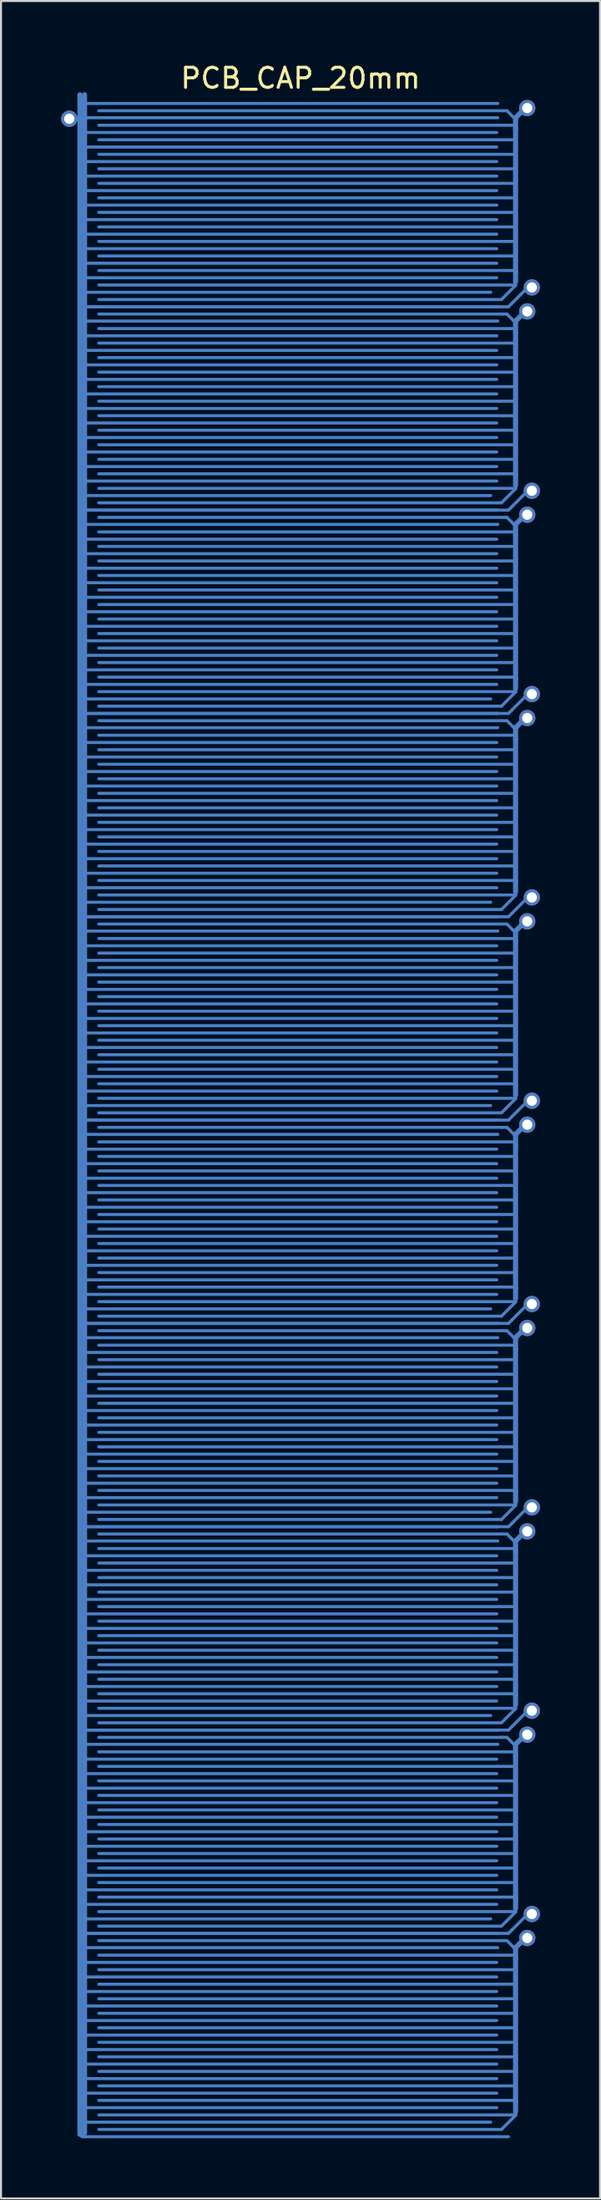
<source format=kicad_pcb>
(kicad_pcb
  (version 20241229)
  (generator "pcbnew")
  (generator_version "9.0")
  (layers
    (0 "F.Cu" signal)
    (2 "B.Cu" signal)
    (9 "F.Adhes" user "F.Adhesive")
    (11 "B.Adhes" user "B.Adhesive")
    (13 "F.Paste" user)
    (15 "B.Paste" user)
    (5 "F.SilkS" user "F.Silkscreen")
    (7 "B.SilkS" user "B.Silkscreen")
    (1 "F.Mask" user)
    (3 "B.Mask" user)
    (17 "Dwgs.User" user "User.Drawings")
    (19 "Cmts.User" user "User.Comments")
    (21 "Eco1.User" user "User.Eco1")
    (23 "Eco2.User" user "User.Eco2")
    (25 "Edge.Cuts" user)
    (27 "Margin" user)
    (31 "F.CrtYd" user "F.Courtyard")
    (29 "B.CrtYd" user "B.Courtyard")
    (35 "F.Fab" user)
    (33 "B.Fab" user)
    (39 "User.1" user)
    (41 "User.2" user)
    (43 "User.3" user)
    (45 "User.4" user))
  (footprint "PCB_CAP_20mm"
    (layer "F.Cu")
    (at 1.171 9.346)
    (property "Reference" "PCB_CAP_20mm" (at 10.779 -8.498 0) (layer "F.SilkS") (effects (font (size 1 1) (thickness 0.15))))
    (fp_line (start -0.765 -6.477) (end 0 -6.477) (stroke (width 0.254) (type solid)) (layer "B.Cu"))
    (fp_line (start -0.232 -6.477) (end -0.232 -7.671) (stroke (width 0.254) (type solid)) (layer "B.Cu"))
    (fp_line (start -0.232 93.99) (end -0.232 -6.477) (stroke (width 0.254) (type solid)) (layer "B.Cu"))
    (fp_line (start -0.232 93.99) (end -0.115 94.107) (stroke (width 0.152) (type solid)) (layer "B.Cu"))
    (fp_line (start -0.115 94.107) (end 0 94.107) (stroke (width 0.152) (type solid)) (layer "B.Cu"))
    (fp_line (start 0 -7.239) (end 20.625 -7.239) (stroke (width 0.152) (type solid)) (layer "B.Cu"))
    (fp_line (start 0 -6.477) (end 0 -7.671) (stroke (width 0.254) (type solid)) (layer "B.Cu"))
    (fp_line (start 0 -5.791) (end 20.574 -5.791) (stroke (width 0.152) (type solid)) (layer "B.Cu"))
    (fp_line (start 0 -5.067) (end 20.574 -5.067) (stroke (width 0.152) (type solid)) (layer "B.Cu"))
    (fp_line (start 0 -4.343) (end 20.574 -4.343) (stroke (width 0.152) (type solid)) (layer "B.Cu"))
    (fp_line (start 0 -3.619) (end 20.574 -3.619) (stroke (width 0.152) (type solid)) (layer "B.Cu"))
    (fp_line (start 0 -2.896) (end 20.574 -2.896) (stroke (width 0.152) (type solid)) (layer "B.Cu"))
    (fp_line (start 0 -2.172) (end 20.574 -2.172) (stroke (width 0.152) (type solid)) (layer "B.Cu"))
    (fp_line (start 0 -1.448) (end 20.574 -1.448) (stroke (width 0.152) (type solid)) (layer "B.Cu"))
    (fp_line (start 0 -0.724) (end 20.574 -0.724) (stroke (width 0.152) (type solid)) (layer "B.Cu"))
    (fp_line (start 0 0) (end 20.574 0) (stroke (width 0.152) (type solid)) (layer "B.Cu"))
    (fp_line (start 0 0.724) (end 20.574 0.724) (stroke (width 0.152) (type solid)) (layer "B.Cu"))
    (fp_line (start 0 1.448) (end 20.574 1.448) (stroke (width 0.152) (type solid)) (layer "B.Cu"))
    (fp_line (start 0 2.172) (end 20.269 2.172) (stroke (width 0.152) (type solid)) (layer "B.Cu"))
    (fp_line (start 0 2.896) (end 20.574 2.896) (stroke (width 0.152) (type solid)) (layer "B.Cu"))
    (fp_line (start 0 2.896) (end 20.625 2.896) (stroke (width 0.152) (type solid)) (layer "B.Cu"))
    (fp_line (start 0 4.343) (end 20.574 4.343) (stroke (width 0.152) (type solid)) (layer "B.Cu"))
    (fp_line (start 0 5.067) (end 20.574 5.067) (stroke (width 0.152) (type solid)) (layer "B.Cu"))
    (fp_line (start 0 5.791) (end 20.574 5.791) (stroke (width 0.152) (type solid)) (layer "B.Cu"))
    (fp_line (start 0 6.515) (end 20.574 6.515) (stroke (width 0.152) (type solid)) (layer "B.Cu"))
    (fp_line (start 0 7.239) (end 20.574 7.239) (stroke (width 0.152) (type solid)) (layer "B.Cu"))
    (fp_line (start 0 7.963) (end 20.574 7.963) (stroke (width 0.152) (type solid)) (layer "B.Cu"))
    (fp_line (start 0 8.687) (end 20.574 8.687) (stroke (width 0.152) (type solid)) (layer "B.Cu"))
    (fp_line (start 0 9.411) (end 20.574 9.411) (stroke (width 0.152) (type solid)) (layer "B.Cu"))
    (fp_line (start 0 10.135) (end 20.574 10.135) (stroke (width 0.152) (type solid)) (layer "B.Cu"))
    (fp_line (start 0 10.858) (end 20.574 10.858) (stroke (width 0.152) (type solid)) (layer "B.Cu"))
    (fp_line (start 0 11.582) (end 20.574 11.582) (stroke (width 0.152) (type solid)) (layer "B.Cu"))
    (fp_line (start 0 12.306) (end 20.269 12.306) (stroke (width 0.152) (type solid)) (layer "B.Cu"))
    (fp_line (start 0 13.03) (end 20.574 13.03) (stroke (width 0.152) (type solid)) (layer "B.Cu"))
    (fp_line (start 0 13.03) (end 20.625 13.03) (stroke (width 0.152) (type solid)) (layer "B.Cu"))
    (fp_line (start 0 14.478) (end 20.574 14.478) (stroke (width 0.152) (type solid)) (layer "B.Cu"))
    (fp_line (start 0 15.202) (end 20.574 15.202) (stroke (width 0.152) (type solid)) (layer "B.Cu"))
    (fp_line (start 0 15.926) (end 20.574 15.926) (stroke (width 0.152) (type solid)) (layer "B.Cu"))
    (fp_line (start 0 16.65) (end 20.574 16.65) (stroke (width 0.152) (type solid)) (layer "B.Cu"))
    (fp_line (start 0 17.374) (end 20.574 17.374) (stroke (width 0.152) (type solid)) (layer "B.Cu"))
    (fp_line (start 0 18.098) (end 20.574 18.098) (stroke (width 0.152) (type solid)) (layer "B.Cu"))
    (fp_line (start 0 18.821) (end 20.574 18.821) (stroke (width 0.152) (type solid)) (layer "B.Cu"))
    (fp_line (start 0 19.545) (end 20.574 19.545) (stroke (width 0.152) (type solid)) (layer "B.Cu"))
    (fp_line (start 0 20.269) (end 20.574 20.269) (stroke (width 0.152) (type solid)) (layer "B.Cu"))
    (fp_line (start 0 20.993) (end 20.574 20.993) (stroke (width 0.152) (type solid)) (layer "B.Cu"))
    (fp_line (start 0 21.717) (end 20.574 21.717) (stroke (width 0.152) (type solid)) (layer "B.Cu"))
    (fp_line (start 0 22.441) (end 20.269 22.441) (stroke (width 0.152) (type solid)) (layer "B.Cu"))
    (fp_line (start 0 23.165) (end 20.574 23.165) (stroke (width 0.152) (type solid)) (layer "B.Cu"))
    (fp_line (start 0 23.165) (end 20.625 23.165) (stroke (width 0.152) (type solid)) (layer "B.Cu"))
    (fp_line (start 0 24.613) (end 20.574 24.613) (stroke (width 0.152) (type solid)) (layer "B.Cu"))
    (fp_line (start 0 25.337) (end 20.574 25.337) (stroke (width 0.152) (type solid)) (layer "B.Cu"))
    (fp_line (start 0 26.06) (end 20.574 26.06) (stroke (width 0.152) (type solid)) (layer "B.Cu"))
    (fp_line (start 0 26.784) (end 20.574 26.784) (stroke (width 0.152) (type solid)) (layer "B.Cu"))
    (fp_line (start 0 27.508) (end 20.574 27.508) (stroke (width 0.152) (type solid)) (layer "B.Cu"))
    (fp_line (start 0 28.232) (end 20.574 28.232) (stroke (width 0.152) (type solid)) (layer "B.Cu"))
    (fp_line (start 0 28.956) (end 20.574 28.956) (stroke (width 0.152) (type solid)) (layer "B.Cu"))
    (fp_line (start 0 29.68) (end 20.574 29.68) (stroke (width 0.152) (type solid)) (layer "B.Cu"))
    (fp_line (start 0 30.404) (end 20.574 30.404) (stroke (width 0.152) (type solid)) (layer "B.Cu"))
    (fp_line (start 0 31.128) (end 20.574 31.128) (stroke (width 0.152) (type solid)) (layer "B.Cu"))
    (fp_line (start 0 31.852) (end 20.574 31.852) (stroke (width 0.152) (type solid)) (layer "B.Cu"))
    (fp_line (start 0 32.575) (end 20.269 32.575) (stroke (width 0.152) (type solid)) (layer "B.Cu"))
    (fp_line (start 0 33.299) (end 20.574 33.299) (stroke (width 0.152) (type solid)) (layer "B.Cu"))
    (fp_line (start 0 33.299) (end 20.625 33.299) (stroke (width 0.152) (type solid)) (layer "B.Cu"))
    (fp_line (start 0 34.747) (end 20.574 34.747) (stroke (width 0.152) (type solid)) (layer "B.Cu"))
    (fp_line (start 0 35.471) (end 20.574 35.471) (stroke (width 0.152) (type solid)) (layer "B.Cu"))
    (fp_line (start 0 36.195) (end 20.574 36.195) (stroke (width 0.152) (type solid)) (layer "B.Cu"))
    (fp_line (start 0 36.919) (end 20.574 36.919) (stroke (width 0.152) (type solid)) (layer "B.Cu"))
    (fp_line (start 0 37.643) (end 20.574 37.643) (stroke (width 0.152) (type solid)) (layer "B.Cu"))
    (fp_line (start 0 38.367) (end 20.574 38.367) (stroke (width 0.152) (type solid)) (layer "B.Cu"))
    (fp_line (start 0 39.091) (end 20.574 39.091) (stroke (width 0.152) (type solid)) (layer "B.Cu"))
    (fp_line (start 0 39.815) (end 20.574 39.815) (stroke (width 0.152) (type solid)) (layer "B.Cu"))
    (fp_line (start 0 40.538) (end 20.574 40.538) (stroke (width 0.152) (type solid)) (layer "B.Cu"))
    (fp_line (start 0 41.262) (end 20.574 41.262) (stroke (width 0.152) (type solid)) (layer "B.Cu"))
    (fp_line (start 0 41.986) (end 20.574 41.986) (stroke (width 0.152) (type solid)) (layer "B.Cu"))
    (fp_line (start 0 42.71) (end 20.269 42.71) (stroke (width 0.152) (type solid)) (layer "B.Cu"))
    (fp_line (start 0 43.434) (end 20.574 43.434) (stroke (width 0.152) (type solid)) (layer "B.Cu"))
    (fp_line (start 0 43.434) (end 20.625 43.434) (stroke (width 0.152) (type solid)) (layer "B.Cu"))
    (fp_line (start 0 44.882) (end 20.574 44.882) (stroke (width 0.152) (type solid)) (layer "B.Cu"))
    (fp_line (start 0 45.606) (end 20.574 45.606) (stroke (width 0.152) (type solid)) (layer "B.Cu"))
    (fp_line (start 0 46.33) (end 20.574 46.33) (stroke (width 0.152) (type solid)) (layer "B.Cu"))
    (fp_line (start 0 47.053) (end 20.574 47.053) (stroke (width 0.152) (type solid)) (layer "B.Cu"))
    (fp_line (start 0 47.777) (end 20.574 47.777) (stroke (width 0.152) (type solid)) (layer "B.Cu"))
    (fp_line (start 0 48.501) (end 20.574 48.501) (stroke (width 0.152) (type solid)) (layer "B.Cu"))
    (fp_line (start 0 49.225) (end 20.574 49.225) (stroke (width 0.152) (type solid)) (layer "B.Cu"))
    (fp_line (start 0 49.949) (end 20.574 49.949) (stroke (width 0.152) (type solid)) (layer "B.Cu"))
    (fp_line (start 0 50.673) (end 20.574 50.673) (stroke (width 0.152) (type solid)) (layer "B.Cu"))
    (fp_line (start 0 51.397) (end 20.574 51.397) (stroke (width 0.152) (type solid)) (layer "B.Cu"))
    (fp_line (start 0 52.121) (end 20.574 52.121) (stroke (width 0.152) (type solid)) (layer "B.Cu"))
    (fp_line (start 0 52.845) (end 20.269 52.845) (stroke (width 0.152) (type solid)) (layer "B.Cu"))
    (fp_line (start 0 53.569) (end 20.574 53.569) (stroke (width 0.152) (type solid)) (layer "B.Cu"))
    (fp_line (start 0 53.569) (end 20.625 53.569) (stroke (width 0.152) (type solid)) (layer "B.Cu"))
    (fp_line (start 0 55.016) (end 20.574 55.016) (stroke (width 0.152) (type solid)) (layer "B.Cu"))
    (fp_line (start 0 55.74) (end 20.574 55.74) (stroke (width 0.152) (type solid)) (layer "B.Cu"))
    (fp_line (start 0 56.464) (end 20.574 56.464) (stroke (width 0.152) (type solid)) (layer "B.Cu"))
    (fp_line (start 0 57.188) (end 20.574 57.188) (stroke (width 0.152) (type solid)) (layer "B.Cu"))
    (fp_line (start 0 57.912) (end 20.574 57.912) (stroke (width 0.152) (type solid)) (layer "B.Cu"))
    (fp_line (start 0 58.636) (end 20.574 58.636) (stroke (width 0.152) (type solid)) (layer "B.Cu"))
    (fp_line (start 0 59.36) (end 20.574 59.36) (stroke (width 0.152) (type solid)) (layer "B.Cu"))
    (fp_line (start 0 60.084) (end 20.574 60.084) (stroke (width 0.152) (type solid)) (layer "B.Cu"))
    (fp_line (start 0 60.808) (end 20.574 60.808) (stroke (width 0.152) (type solid)) (layer "B.Cu"))
    (fp_line (start 0 61.532) (end 20.574 61.532) (stroke (width 0.152) (type solid)) (layer "B.Cu"))
    (fp_line (start 0 62.255) (end 20.574 62.255) (stroke (width 0.152) (type solid)) (layer "B.Cu"))
    (fp_line (start 0 62.979) (end 20.269 62.979) (stroke (width 0.152) (type solid)) (layer "B.Cu"))
    (fp_line (start 0 63.703) (end 20.574 63.703) (stroke (width 0.152) (type solid)) (layer "B.Cu"))
    (fp_line (start 0 63.703) (end 20.625 63.703) (stroke (width 0.152) (type solid)) (layer "B.Cu"))
    (fp_line (start 0 65.151) (end 20.574 65.151) (stroke (width 0.152) (type solid)) (layer "B.Cu"))
    (fp_line (start 0 65.875) (end 20.574 65.875) (stroke (width 0.152) (type solid)) (layer "B.Cu"))
    (fp_line (start 0 66.599) (end 20.574 66.599) (stroke (width 0.152) (type solid)) (layer "B.Cu"))
    (fp_line (start 0 67.323) (end 20.574 67.323) (stroke (width 0.152) (type solid)) (layer "B.Cu"))
    (fp_line (start 0 68.047) (end 20.574 68.047) (stroke (width 0.152) (type solid)) (layer "B.Cu"))
    (fp_line (start 0 68.77) (end 20.574 68.77) (stroke (width 0.152) (type solid)) (layer "B.Cu"))
    (fp_line (start 0 69.494) (end 20.574 69.494) (stroke (width 0.152) (type solid)) (layer "B.Cu"))
    (fp_line (start 0 70.218) (end 20.574 70.218) (stroke (width 0.152) (type solid)) (layer "B.Cu"))
    (fp_line (start 0 70.942) (end 20.574 70.942) (stroke (width 0.152) (type solid)) (layer "B.Cu"))
    (fp_line (start 0 71.666) (end 20.574 71.666) (stroke (width 0.152) (type solid)) (layer "B.Cu"))
    (fp_line (start 0 72.39) (end 20.574 72.39) (stroke (width 0.152) (type solid)) (layer "B.Cu"))
    (fp_line (start 0 73.114) (end 20.269 73.114) (stroke (width 0.152) (type solid)) (layer "B.Cu"))
    (fp_line (start 0 73.838) (end 20.574 73.838) (stroke (width 0.152) (type solid)) (layer "B.Cu"))
    (fp_line (start 0 73.838) (end 20.625 73.838) (stroke (width 0.152) (type solid)) (layer "B.Cu"))
    (fp_line (start 0 75.286) (end 20.574 75.286) (stroke (width 0.152) (type solid)) (layer "B.Cu"))
    (fp_line (start 0 76.01) (end 20.574 76.01) (stroke (width 0.152) (type solid)) (layer "B.Cu"))
    (fp_line (start 0 76.733) (end 20.574 76.733) (stroke (width 0.152) (type solid)) (layer "B.Cu"))
    (fp_line (start 0 77.457) (end 20.574 77.457) (stroke (width 0.152) (type solid)) (layer "B.Cu"))
    (fp_line (start 0 78.181) (end 20.574 78.181) (stroke (width 0.152) (type solid)) (layer "B.Cu"))
    (fp_line (start 0 78.905) (end 20.574 78.905) (stroke (width 0.152) (type solid)) (layer "B.Cu"))
    (fp_line (start 0 79.629) (end 20.574 79.629) (stroke (width 0.152) (type solid)) (layer "B.Cu"))
    (fp_line (start 0 80.353) (end 20.574 80.353) (stroke (width 0.152) (type solid)) (layer "B.Cu"))
    (fp_line (start 0 81.077) (end 20.574 81.077) (stroke (width 0.152) (type solid)) (layer "B.Cu"))
    (fp_line (start 0 81.801) (end 20.574 81.801) (stroke (width 0.152) (type solid)) (layer "B.Cu"))
    (fp_line (start 0 82.525) (end 20.574 82.525) (stroke (width 0.152) (type solid)) (layer "B.Cu"))
    (fp_line (start 0 83.249) (end 20.269 83.249) (stroke (width 0.152) (type solid)) (layer "B.Cu"))
    (fp_line (start 0 83.972) (end 20.574 83.972) (stroke (width 0.152) (type solid)) (layer "B.Cu"))
    (fp_line (start 0 83.972) (end 20.625 83.972) (stroke (width 0.152) (type solid)) (layer "B.Cu"))
    (fp_line (start 0 85.42) (end 20.574 85.42) (stroke (width 0.152) (type solid)) (layer "B.Cu"))
    (fp_line (start 0 86.144) (end 20.574 86.144) (stroke (width 0.152) (type solid)) (layer "B.Cu"))
    (fp_line (start 0 86.868) (end 20.574 86.868) (stroke (width 0.152) (type solid)) (layer "B.Cu"))
    (fp_line (start 0 87.592) (end 20.574 87.592) (stroke (width 0.152) (type solid)) (layer "B.Cu"))
    (fp_line (start 0 88.316) (end 20.574 88.316) (stroke (width 0.152) (type solid)) (layer "B.Cu"))
    (fp_line (start 0 89.04) (end 20.574 89.04) (stroke (width 0.152) (type solid)) (layer "B.Cu"))
    (fp_line (start 0 89.764) (end 20.574 89.764) (stroke (width 0.152) (type solid)) (layer "B.Cu"))
    (fp_line (start 0 90.487) (end 20.574 90.487) (stroke (width 0.152) (type solid)) (layer "B.Cu"))
    (fp_line (start 0 91.211) (end 20.574 91.211) (stroke (width 0.152) (type solid)) (layer "B.Cu"))
    (fp_line (start 0 91.935) (end 20.574 91.935) (stroke (width 0.152) (type solid)) (layer "B.Cu"))
    (fp_line (start 0 92.659) (end 20.574 92.659) (stroke (width 0.152) (type solid)) (layer "B.Cu"))
    (fp_line (start 0 93.383) (end 20.269 93.383) (stroke (width 0.152) (type solid)) (layer "B.Cu"))
    (fp_line (start 0 93.929) (end 0 -6.477) (stroke (width 0.254) (type solid)) (layer "B.Cu"))
    (fp_line (start 0 94.107) (end 20.574 94.107) (stroke (width 0.152) (type solid)) (layer "B.Cu"))
    (fp_line (start 0.051 -6.528) (end 20.625 -6.528) (stroke (width 0.152) (type solid)) (layer "B.Cu"))
    (fp_line (start 0.051 3.607) (end 20.625 3.607) (stroke (width 0.152) (type solid)) (layer "B.Cu"))
    (fp_line (start 0.051 13.741) (end 20.625 13.741) (stroke (width 0.152) (type solid)) (layer "B.Cu"))
    (fp_line (start 0.051 23.876) (end 20.625 23.876) (stroke (width 0.152) (type solid)) (layer "B.Cu"))
    (fp_line (start 0.051 34.011) (end 20.625 34.011) (stroke (width 0.152) (type solid)) (layer "B.Cu"))
    (fp_line (start 0.051 44.145) (end 20.625 44.145) (stroke (width 0.152) (type solid)) (layer "B.Cu"))
    (fp_line (start 0.051 54.28) (end 20.625 54.28) (stroke (width 0.152) (type solid)) (layer "B.Cu"))
    (fp_line (start 0.051 64.414) (end 20.625 64.414) (stroke (width 0.152) (type solid)) (layer "B.Cu"))
    (fp_line (start 0.051 74.549) (end 20.625 74.549) (stroke (width 0.152) (type solid)) (layer "B.Cu"))
    (fp_line (start 0.051 84.684) (end 20.625 84.684) (stroke (width 0.152) (type solid)) (layer "B.Cu"))
    (fp_line (start 0.711 -6.877) (end 20.828 -6.877) (stroke (width 0.152) (type solid)) (layer "B.Cu"))
    (fp_line (start 0.711 -6.153) (end 21.513 -6.153) (stroke (width 0.152) (type solid)) (layer "B.Cu"))
    (fp_line (start 0.711 -5.429) (end 21.513 -5.429) (stroke (width 0.152) (type solid)) (layer "B.Cu"))
    (fp_line (start 0.711 -4.705) (end 21.513 -4.705) (stroke (width 0.152) (type solid)) (layer "B.Cu"))
    (fp_line (start 0.711 -3.981) (end 21.513 -3.981) (stroke (width 0.152) (type solid)) (layer "B.Cu"))
    (fp_line (start 0.711 -3.258) (end 21.513 -3.258) (stroke (width 0.152) (type solid)) (layer "B.Cu"))
    (fp_line (start 0.711 -2.534) (end 21.513 -2.534) (stroke (width 0.152) (type solid)) (layer "B.Cu"))
    (fp_line (start 0.711 -1.81) (end 21.513 -1.81) (stroke (width 0.152) (type solid)) (layer "B.Cu"))
    (fp_line (start 0.711 -1.086) (end 21.513 -1.086) (stroke (width 0.152) (type solid)) (layer "B.Cu"))
    (fp_line (start 0.711 -0.362) (end 21.513 -0.362) (stroke (width 0.152) (type solid)) (layer "B.Cu"))
    (fp_line (start 0.711 0.362) (end 21.513 0.362) (stroke (width 0.152) (type solid)) (layer "B.Cu"))
    (fp_line (start 0.711 1.086) (end 21.513 1.086) (stroke (width 0.152) (type solid)) (layer "B.Cu"))
    (fp_line (start 0.711 1.81) (end 21.513 1.81) (stroke (width 0.152) (type solid)) (layer "B.Cu"))
    (fp_line (start 0.711 2.534) (end 20.809 2.534) (stroke (width 0.152) (type solid)) (layer "B.Cu"))
    (fp_line (start 0.711 3.258) (end 20.828 3.258) (stroke (width 0.152) (type solid)) (layer "B.Cu"))
    (fp_line (start 0.711 3.981) (end 21.513 3.981) (stroke (width 0.152) (type solid)) (layer "B.Cu"))
    (fp_line (start 0.711 4.705) (end 21.513 4.705) (stroke (width 0.152) (type solid)) (layer "B.Cu"))
    (fp_line (start 0.711 5.429) (end 21.513 5.429) (stroke (width 0.152) (type solid)) (layer "B.Cu"))
    (fp_line (start 0.711 6.153) (end 21.513 6.153) (stroke (width 0.152) (type solid)) (layer "B.Cu"))
    (fp_line (start 0.711 6.877) (end 21.513 6.877) (stroke (width 0.152) (type solid)) (layer "B.Cu"))
    (fp_line (start 0.711 7.601) (end 21.513 7.601) (stroke (width 0.152) (type solid)) (layer "B.Cu"))
    (fp_line (start 0.711 8.325) (end 21.513 8.325) (stroke (width 0.152) (type solid)) (layer "B.Cu"))
    (fp_line (start 0.711 9.049) (end 21.513 9.049) (stroke (width 0.152) (type solid)) (layer "B.Cu"))
    (fp_line (start 0.711 9.773) (end 21.513 9.773) (stroke (width 0.152) (type solid)) (layer "B.Cu"))
    (fp_line (start 0.711 10.497) (end 21.513 10.497) (stroke (width 0.152) (type solid)) (layer "B.Cu"))
    (fp_line (start 0.711 11.22) (end 21.513 11.22) (stroke (width 0.152) (type solid)) (layer "B.Cu"))
    (fp_line (start 0.711 11.944) (end 21.513 11.944) (stroke (width 0.152) (type solid)) (layer "B.Cu"))
    (fp_line (start 0.711 12.668) (end 20.809 12.668) (stroke (width 0.152) (type solid)) (layer "B.Cu"))
    (fp_line (start 0.711 13.392) (end 20.828 13.392) (stroke (width 0.152) (type solid)) (layer "B.Cu"))
    (fp_line (start 0.711 14.116) (end 21.513 14.116) (stroke (width 0.152) (type solid)) (layer "B.Cu"))
    (fp_line (start 0.711 14.84) (end 21.513 14.84) (stroke (width 0.152) (type solid)) (layer "B.Cu"))
    (fp_line (start 0.711 15.564) (end 21.513 15.564) (stroke (width 0.152) (type solid)) (layer "B.Cu"))
    (fp_line (start 0.711 16.288) (end 21.513 16.288) (stroke (width 0.152) (type solid)) (layer "B.Cu"))
    (fp_line (start 0.711 17.012) (end 21.513 17.012) (stroke (width 0.152) (type solid)) (layer "B.Cu"))
    (fp_line (start 0.711 17.736) (end 21.513 17.736) (stroke (width 0.152) (type solid)) (layer "B.Cu"))
    (fp_line (start 0.711 18.459) (end 21.513 18.459) (stroke (width 0.152) (type solid)) (layer "B.Cu"))
    (fp_line (start 0.711 19.183) (end 21.513 19.183) (stroke (width 0.152) (type solid)) (layer "B.Cu"))
    (fp_line (start 0.711 19.907) (end 21.513 19.907) (stroke (width 0.152) (type solid)) (layer "B.Cu"))
    (fp_line (start 0.711 20.631) (end 21.513 20.631) (stroke (width 0.152) (type solid)) (layer "B.Cu"))
    (fp_line (start 0.711 21.355) (end 21.513 21.355) (stroke (width 0.152) (type solid)) (layer "B.Cu"))
    (fp_line (start 0.711 22.079) (end 21.513 22.079) (stroke (width 0.152) (type solid)) (layer "B.Cu"))
    (fp_line (start 0.711 22.803) (end 20.809 22.803) (stroke (width 0.152) (type solid)) (layer "B.Cu"))
    (fp_line (start 0.711 23.527) (end 20.828 23.527) (stroke (width 0.152) (type solid)) (layer "B.Cu"))
    (fp_line (start 0.711 24.251) (end 21.513 24.251) (stroke (width 0.152) (type solid)) (layer "B.Cu"))
    (fp_line (start 0.711 24.975) (end 21.513 24.975) (stroke (width 0.152) (type solid)) (layer "B.Cu"))
    (fp_line (start 0.711 25.698) (end 21.513 25.698) (stroke (width 0.152) (type solid)) (layer "B.Cu"))
    (fp_line (start 0.711 26.422) (end 21.513 26.422) (stroke (width 0.152) (type solid)) (layer "B.Cu"))
    (fp_line (start 0.711 27.146) (end 21.513 27.146) (stroke (width 0.152) (type solid)) (layer "B.Cu"))
    (fp_line (start 0.711 27.87) (end 21.513 27.87) (stroke (width 0.152) (type solid)) (layer "B.Cu"))
    (fp_line (start 0.711 28.594) (end 21.513 28.594) (stroke (width 0.152) (type solid)) (layer "B.Cu"))
    (fp_line (start 0.711 29.318) (end 21.513 29.318) (stroke (width 0.152) (type solid)) (layer "B.Cu"))
    (fp_line (start 0.711 30.042) (end 21.513 30.042) (stroke (width 0.152) (type solid)) (layer "B.Cu"))
    (fp_line (start 0.711 30.766) (end 21.513 30.766) (stroke (width 0.152) (type solid)) (layer "B.Cu"))
    (fp_line (start 0.711 31.49) (end 21.513 31.49) (stroke (width 0.152) (type solid)) (layer "B.Cu"))
    (fp_line (start 0.711 32.214) (end 21.513 32.214) (stroke (width 0.152) (type solid)) (layer "B.Cu"))
    (fp_line (start 0.711 32.937) (end 20.809 32.937) (stroke (width 0.152) (type solid)) (layer "B.Cu"))
    (fp_line (start 0.711 33.661) (end 20.828 33.661) (stroke (width 0.152) (type solid)) (layer "B.Cu"))
    (fp_line (start 0.711 34.385) (end 21.513 34.385) (stroke (width 0.152) (type solid)) (layer "B.Cu"))
    (fp_line (start 0.711 35.109) (end 21.513 35.109) (stroke (width 0.152) (type solid)) (layer "B.Cu"))
    (fp_line (start 0.711 35.833) (end 21.513 35.833) (stroke (width 0.152) (type solid)) (layer "B.Cu"))
    (fp_line (start 0.711 36.557) (end 21.513 36.557) (stroke (width 0.152) (type solid)) (layer "B.Cu"))
    (fp_line (start 0.711 37.281) (end 21.513 37.281) (stroke (width 0.152) (type solid)) (layer "B.Cu"))
    (fp_line (start 0.711 38.005) (end 21.513 38.005) (stroke (width 0.152) (type solid)) (layer "B.Cu"))
    (fp_line (start 0.711 38.729) (end 21.513 38.729) (stroke (width 0.152) (type solid)) (layer "B.Cu"))
    (fp_line (start 0.711 39.453) (end 21.513 39.453) (stroke (width 0.152) (type solid)) (layer "B.Cu"))
    (fp_line (start 0.711 40.176) (end 21.513 40.176) (stroke (width 0.152) (type solid)) (layer "B.Cu"))
    (fp_line (start 0.711 40.9) (end 21.513 40.9) (stroke (width 0.152) (type solid)) (layer "B.Cu"))
    (fp_line (start 0.711 41.624) (end 21.513 41.624) (stroke (width 0.152) (type solid)) (layer "B.Cu"))
    (fp_line (start 0.711 42.348) (end 21.513 42.348) (stroke (width 0.152) (type solid)) (layer "B.Cu"))
    (fp_line (start 0.711 43.072) (end 20.809 43.072) (stroke (width 0.152) (type solid)) (layer "B.Cu"))
    (fp_line (start 0.711 43.796) (end 20.828 43.796) (stroke (width 0.152) (type solid)) (layer "B.Cu"))
    (fp_line (start 0.711 44.52) (end 21.513 44.52) (stroke (width 0.152) (type solid)) (layer "B.Cu"))
    (fp_line (start 0.711 45.244) (end 21.513 45.244) (stroke (width 0.152) (type solid)) (layer "B.Cu"))
    (fp_line (start 0.711 45.968) (end 21.513 45.968) (stroke (width 0.152) (type solid)) (layer "B.Cu"))
    (fp_line (start 0.711 46.692) (end 21.513 46.692) (stroke (width 0.152) (type solid)) (layer "B.Cu"))
    (fp_line (start 0.711 47.415) (end 21.513 47.415) (stroke (width 0.152) (type solid)) (layer "B.Cu"))
    (fp_line (start 0.711 48.139) (end 21.513 48.139) (stroke (width 0.152) (type solid)) (layer "B.Cu"))
    (fp_line (start 0.711 48.863) (end 21.513 48.863) (stroke (width 0.152) (type solid)) (layer "B.Cu"))
    (fp_line (start 0.711 49.587) (end 21.513 49.587) (stroke (width 0.152) (type solid)) (layer "B.Cu"))
    (fp_line (start 0.711 50.311) (end 21.513 50.311) (stroke (width 0.152) (type solid)) (layer "B.Cu"))
    (fp_line (start 0.711 51.035) (end 21.513 51.035) (stroke (width 0.152) (type solid)) (layer "B.Cu"))
    (fp_line (start 0.711 51.759) (end 21.513 51.759) (stroke (width 0.152) (type solid)) (layer "B.Cu"))
    (fp_line (start 0.711 52.483) (end 21.513 52.483) (stroke (width 0.152) (type solid)) (layer "B.Cu"))
    (fp_line (start 0.711 53.207) (end 20.809 53.207) (stroke (width 0.152) (type solid)) (layer "B.Cu"))
    (fp_line (start 0.711 53.931) (end 20.828 53.931) (stroke (width 0.152) (type solid)) (layer "B.Cu"))
    (fp_line (start 0.711 54.654) (end 21.513 54.654) (stroke (width 0.152) (type solid)) (layer "B.Cu"))
    (fp_line (start 0.711 55.378) (end 21.513 55.378) (stroke (width 0.152) (type solid)) (layer "B.Cu"))
    (fp_line (start 0.711 56.102) (end 21.513 56.102) (stroke (width 0.152) (type solid)) (layer "B.Cu"))
    (fp_line (start 0.711 56.826) (end 21.513 56.826) (stroke (width 0.152) (type solid)) (layer "B.Cu"))
    (fp_line (start 0.711 57.55) (end 21.513 57.55) (stroke (width 0.152) (type solid)) (layer "B.Cu"))
    (fp_line (start 0.711 58.274) (end 21.513 58.274) (stroke (width 0.152) (type solid)) (layer "B.Cu"))
    (fp_line (start 0.711 58.998) (end 21.513 58.998) (stroke (width 0.152) (type solid)) (layer "B.Cu"))
    (fp_line (start 0.711 59.722) (end 21.513 59.722) (stroke (width 0.152) (type solid)) (layer "B.Cu"))
    (fp_line (start 0.711 60.446) (end 21.513 60.446) (stroke (width 0.152) (type solid)) (layer "B.Cu"))
    (fp_line (start 0.711 61.17) (end 21.513 61.17) (stroke (width 0.152) (type solid)) (layer "B.Cu"))
    (fp_line (start 0.711 61.893) (end 21.513 61.893) (stroke (width 0.152) (type solid)) (layer "B.Cu"))
    (fp_line (start 0.711 62.617) (end 21.513 62.617) (stroke (width 0.152) (type solid)) (layer "B.Cu"))
    (fp_line (start 0.711 63.341) (end 20.809 63.341) (stroke (width 0.152) (type solid)) (layer "B.Cu"))
    (fp_line (start 0.711 64.065) (end 20.828 64.065) (stroke (width 0.152) (type solid)) (layer "B.Cu"))
    (fp_line (start 0.711 64.789) (end 21.513 64.789) (stroke (width 0.152) (type solid)) (layer "B.Cu"))
    (fp_line (start 0.711 65.513) (end 21.513 65.513) (stroke (width 0.152) (type solid)) (layer "B.Cu"))
    (fp_line (start 0.711 66.237) (end 21.513 66.237) (stroke (width 0.152) (type solid)) (layer "B.Cu"))
    (fp_line (start 0.711 66.961) (end 21.513 66.961) (stroke (width 0.152) (type solid)) (layer "B.Cu"))
    (fp_line (start 0.711 67.685) (end 21.513 67.685) (stroke (width 0.152) (type solid)) (layer "B.Cu"))
    (fp_line (start 0.711 68.409) (end 21.513 68.409) (stroke (width 0.152) (type solid)) (layer "B.Cu"))
    (fp_line (start 0.711 69.132) (end 21.513 69.132) (stroke (width 0.152) (type solid)) (layer "B.Cu"))
    (fp_line (start 0.711 69.856) (end 21.513 69.856) (stroke (width 0.152) (type solid)) (layer "B.Cu"))
    (fp_line (start 0.711 70.58) (end 21.513 70.58) (stroke (width 0.152) (type solid)) (layer "B.Cu"))
    (fp_line (start 0.711 71.304) (end 21.513 71.304) (stroke (width 0.152) (type solid)) (layer "B.Cu"))
    (fp_line (start 0.711 72.028) (end 21.513 72.028) (stroke (width 0.152) (type solid)) (layer "B.Cu"))
    (fp_line (start 0.711 72.752) (end 21.513 72.752) (stroke (width 0.152) (type solid)) (layer "B.Cu"))
    (fp_line (start 0.711 73.476) (end 20.809 73.476) (stroke (width 0.152) (type solid)) (layer "B.Cu"))
    (fp_line (start 0.711 74.2) (end 20.828 74.2) (stroke (width 0.152) (type solid)) (layer "B.Cu"))
    (fp_line (start 0.711 74.924) (end 21.513 74.924) (stroke (width 0.152) (type solid)) (layer "B.Cu"))
    (fp_line (start 0.711 75.648) (end 21.513 75.648) (stroke (width 0.152) (type solid)) (layer "B.Cu"))
    (fp_line (start 0.711 76.371) (end 21.513 76.371) (stroke (width 0.152) (type solid)) (layer "B.Cu"))
    (fp_line (start 0.711 77.095) (end 21.513 77.095) (stroke (width 0.152) (type solid)) (layer "B.Cu"))
    (fp_line (start 0.711 77.819) (end 21.513 77.819) (stroke (width 0.152) (type solid)) (layer "B.Cu"))
    (fp_line (start 0.711 78.543) (end 21.513 78.543) (stroke (width 0.152) (type solid)) (layer "B.Cu"))
    (fp_line (start 0.711 79.267) (end 21.513 79.267) (stroke (width 0.152) (type solid)) (layer "B.Cu"))
    (fp_line (start 0.711 79.991) (end 21.513 79.991) (stroke (width 0.152) (type solid)) (layer "B.Cu"))
    (fp_line (start 0.711 80.715) (end 21.513 80.715) (stroke (width 0.152) (type solid)) (layer "B.Cu"))
    (fp_line (start 0.711 81.439) (end 21.513 81.439) (stroke (width 0.152) (type solid)) (layer "B.Cu"))
    (fp_line (start 0.711 82.163) (end 21.513 82.163) (stroke (width 0.152) (type solid)) (layer "B.Cu"))
    (fp_line (start 0.711 82.887) (end 21.513 82.887) (stroke (width 0.152) (type solid)) (layer "B.Cu"))
    (fp_line (start 0.711 83.61) (end 20.809 83.61) (stroke (width 0.152) (type solid)) (layer "B.Cu"))
    (fp_line (start 0.711 84.334) (end 20.828 84.334) (stroke (width 0.152) (type solid)) (layer "B.Cu"))
    (fp_line (start 0.711 85.058) (end 21.513 85.058) (stroke (width 0.152) (type solid)) (layer "B.Cu"))
    (fp_line (start 0.711 85.782) (end 21.513 85.782) (stroke (width 0.152) (type solid)) (layer "B.Cu"))
    (fp_line (start 0.711 86.506) (end 21.513 86.506) (stroke (width 0.152) (type solid)) (layer "B.Cu"))
    (fp_line (start 0.711 87.23) (end 21.513 87.23) (stroke (width 0.152) (type solid)) (layer "B.Cu"))
    (fp_line (start 0.711 87.954) (end 21.513 87.954) (stroke (width 0.152) (type solid)) (layer "B.Cu"))
    (fp_line (start 0.711 88.678) (end 21.513 88.678) (stroke (width 0.152) (type solid)) (layer "B.Cu"))
    (fp_line (start 0.711 89.402) (end 21.513 89.402) (stroke (width 0.152) (type solid)) (layer "B.Cu"))
    (fp_line (start 0.711 90.126) (end 21.513 90.126) (stroke (width 0.152) (type solid)) (layer "B.Cu"))
    (fp_line (start 0.711 90.849) (end 21.513 90.849) (stroke (width 0.152) (type solid)) (layer "B.Cu"))
    (fp_line (start 0.711 91.573) (end 21.513 91.573) (stroke (width 0.152) (type solid)) (layer "B.Cu"))
    (fp_line (start 0.711 92.297) (end 21.513 92.297) (stroke (width 0.152) (type solid)) (layer "B.Cu"))
    (fp_line (start 0.711 93.021) (end 21.513 93.021) (stroke (width 0.152) (type solid)) (layer "B.Cu"))
    (fp_line (start 0.711 93.745) (end 20.809 93.745) (stroke (width 0.152) (type solid)) (layer "B.Cu"))
    (fp_line (start 20.574 2.896) (end 21.158 2.896) (stroke (width 0.152) (type solid)) (layer "B.Cu"))
    (fp_line (start 20.574 13.03) (end 21.158 13.03) (stroke (width 0.152) (type solid)) (layer "B.Cu"))
    (fp_line (start 20.574 23.165) (end 21.158 23.165) (stroke (width 0.152) (type solid)) (layer "B.Cu"))
    (fp_line (start 20.574 33.299) (end 21.158 33.299) (stroke (width 0.152) (type solid)) (layer "B.Cu"))
    (fp_line (start 20.574 43.434) (end 21.158 43.434) (stroke (width 0.152) (type solid)) (layer "B.Cu"))
    (fp_line (start 20.574 53.569) (end 21.158 53.569) (stroke (width 0.152) (type solid)) (layer "B.Cu"))
    (fp_line (start 20.574 63.703) (end 21.158 63.703) (stroke (width 0.152) (type solid)) (layer "B.Cu"))
    (fp_line (start 20.574 73.838) (end 21.158 73.838) (stroke (width 0.152) (type solid)) (layer "B.Cu"))
    (fp_line (start 20.574 83.972) (end 21.158 83.972) (stroke (width 0.152) (type solid)) (layer "B.Cu"))
    (fp_line (start 20.574 94.107) (end 21.158 94.107) (stroke (width 0.152) (type solid)) (layer "B.Cu"))
    (fp_line (start 20.809 2.534) (end 21.513 1.829) (stroke (width 0.152) (type solid)) (layer "B.Cu"))
    (fp_line (start 20.809 12.668) (end 21.513 11.964) (stroke (width 0.152) (type solid)) (layer "B.Cu"))
    (fp_line (start 20.809 22.803) (end 21.513 22.098) (stroke (width 0.152) (type solid)) (layer "B.Cu"))
    (fp_line (start 20.809 32.937) (end 21.513 32.233) (stroke (width 0.152) (type solid)) (layer "B.Cu"))
    (fp_line (start 20.809 43.072) (end 21.513 42.368) (stroke (width 0.152) (type solid)) (layer "B.Cu"))
    (fp_line (start 20.809 53.207) (end 21.513 52.502) (stroke (width 0.152) (type solid)) (layer "B.Cu"))
    (fp_line (start 20.809 63.341) (end 21.513 62.637) (stroke (width 0.152) (type solid)) (layer "B.Cu"))
    (fp_line (start 20.809 73.476) (end 21.513 72.771) (stroke (width 0.152) (type solid)) (layer "B.Cu"))
    (fp_line (start 20.809 83.61) (end 21.513 82.906) (stroke (width 0.152) (type solid)) (layer "B.Cu"))
    (fp_line (start 20.809 93.745) (end 21.513 93.041) (stroke (width 0.152) (type solid)) (layer "B.Cu"))
    (fp_line (start 20.828 -6.877) (end 21.082 -6.877) (stroke (width 0.152) (type solid)) (layer "B.Cu"))
    (fp_line (start 20.828 3.258) (end 21.082 3.258) (stroke (width 0.152) (type solid)) (layer "B.Cu"))
    (fp_line (start 20.828 13.392) (end 21.082 13.392) (stroke (width 0.152) (type solid)) (layer "B.Cu"))
    (fp_line (start 20.828 23.527) (end 21.082 23.527) (stroke (width 0.152) (type solid)) (layer "B.Cu"))
    (fp_line (start 20.828 33.661) (end 21.082 33.661) (stroke (width 0.152) (type solid)) (layer "B.Cu"))
    (fp_line (start 20.828 43.796) (end 21.082 43.796) (stroke (width 0.152) (type solid)) (layer "B.Cu"))
    (fp_line (start 20.828 53.931) (end 21.082 53.931) (stroke (width 0.152) (type solid)) (layer "B.Cu"))
    (fp_line (start 20.828 64.065) (end 21.082 64.065) (stroke (width 0.152) (type solid)) (layer "B.Cu"))
    (fp_line (start 20.828 74.2) (end 21.082 74.2) (stroke (width 0.152) (type solid)) (layer "B.Cu"))
    (fp_line (start 20.828 84.334) (end 21.082 84.334) (stroke (width 0.152) (type solid)) (layer "B.Cu"))
    (fp_line (start 21.082 -6.877) (end 21.431 -6.528) (stroke (width 0.152) (type solid)) (layer "B.Cu"))
    (fp_line (start 21.082 3.258) (end 21.431 3.607) (stroke (width 0.152) (type solid)) (layer "B.Cu"))
    (fp_line (start 21.082 13.392) (end 21.431 13.741) (stroke (width 0.152) (type solid)) (layer "B.Cu"))
    (fp_line (start 21.082 23.527) (end 21.431 23.876) (stroke (width 0.152) (type solid)) (layer "B.Cu"))
    (fp_line (start 21.082 33.661) (end 21.431 34.011) (stroke (width 0.152) (type solid)) (layer "B.Cu"))
    (fp_line (start 21.082 43.796) (end 21.431 44.145) (stroke (width 0.152) (type solid)) (layer "B.Cu"))
    (fp_line (start 21.082 53.931) (end 21.431 54.28) (stroke (width 0.152) (type solid)) (layer "B.Cu"))
    (fp_line (start 21.082 64.065) (end 21.431 64.414) (stroke (width 0.152) (type solid)) (layer "B.Cu"))
    (fp_line (start 21.082 74.2) (end 21.431 74.549) (stroke (width 0.152) (type solid)) (layer "B.Cu"))
    (fp_line (start 21.082 84.334) (end 21.431 84.684) (stroke (width 0.152) (type solid)) (layer "B.Cu"))
    (fp_line (start 21.158 2.896) (end 21.336 2.718) (stroke (width 0.152) (type solid)) (layer "B.Cu"))
    (fp_line (start 21.158 13.03) (end 21.336 12.852) (stroke (width 0.152) (type solid)) (layer "B.Cu"))
    (fp_line (start 21.158 23.165) (end 21.336 22.987) (stroke (width 0.152) (type solid)) (layer "B.Cu"))
    (fp_line (start 21.158 33.299) (end 21.336 33.122) (stroke (width 0.152) (type solid)) (layer "B.Cu"))
    (fp_line (start 21.158 43.434) (end 21.336 43.256) (stroke (width 0.152) (type solid)) (layer "B.Cu"))
    (fp_line (start 21.158 53.569) (end 21.336 53.391) (stroke (width 0.152) (type solid)) (layer "B.Cu"))
    (fp_line (start 21.158 63.703) (end 21.336 63.525) (stroke (width 0.152) (type solid)) (layer "B.Cu"))
    (fp_line (start 21.158 73.838) (end 21.336 73.66) (stroke (width 0.152) (type solid)) (layer "B.Cu"))
    (fp_line (start 21.158 83.972) (end 21.336 83.795) (stroke (width 0.152) (type solid)) (layer "B.Cu"))
    (fp_line (start 21.336 2.718) (end 22.123 1.93) (stroke (width 0.152) (type solid)) (layer "B.Cu"))
    (fp_line (start 21.336 12.852) (end 22.123 12.065) (stroke (width 0.152) (type solid)) (layer "B.Cu"))
    (fp_line (start 21.336 22.987) (end 22.123 22.2) (stroke (width 0.152) (type solid)) (layer "B.Cu"))
    (fp_line (start 21.336 33.122) (end 22.123 32.334) (stroke (width 0.152) (type solid)) (layer "B.Cu"))
    (fp_line (start 21.336 43.256) (end 22.123 42.469) (stroke (width 0.152) (type solid)) (layer "B.Cu"))
    (fp_line (start 21.336 53.391) (end 22.123 52.603) (stroke (width 0.152) (type solid)) (layer "B.Cu"))
    (fp_line (start 21.336 63.525) (end 22.123 62.738) (stroke (width 0.152) (type solid)) (layer "B.Cu"))
    (fp_line (start 21.336 73.66) (end 22.123 72.873) (stroke (width 0.152) (type solid)) (layer "B.Cu"))
    (fp_line (start 21.336 83.795) (end 22.123 83.007) (stroke (width 0.152) (type solid)) (layer "B.Cu"))
    (fp_line (start 21.431 -6.528) (end 21.513 -6.528) (stroke (width 0.152) (type solid)) (layer "B.Cu"))
    (fp_line (start 21.431 3.607) (end 21.513 3.607) (stroke (width 0.152) (type solid)) (layer "B.Cu"))
    (fp_line (start 21.431 13.741) (end 21.513 13.741) (stroke (width 0.152) (type solid)) (layer "B.Cu"))
    (fp_line (start 21.431 23.876) (end 21.513 23.876) (stroke (width 0.152) (type solid)) (layer "B.Cu"))
    (fp_line (start 21.431 34.011) (end 21.513 34.011) (stroke (width 0.152) (type solid)) (layer "B.Cu"))
    (fp_line (start 21.431 44.145) (end 21.513 44.145) (stroke (width 0.152) (type solid)) (layer "B.Cu"))
    (fp_line (start 21.431 54.28) (end 21.513 54.28) (stroke (width 0.152) (type solid)) (layer "B.Cu"))
    (fp_line (start 21.431 64.414) (end 21.513 64.414) (stroke (width 0.152) (type solid)) (layer "B.Cu"))
    (fp_line (start 21.431 74.549) (end 21.513 74.549) (stroke (width 0.152) (type solid)) (layer "B.Cu"))
    (fp_line (start 21.431 84.684) (end 21.513 84.684) (stroke (width 0.152) (type solid)) (layer "B.Cu"))
    (fp_line (start 21.513 -6.528) (end 21.996 -7.01) (stroke (width 0.254) (type solid)) (layer "B.Cu"))
    (fp_line (start 21.513 -5.969) (end 21.513 -6.528) (stroke (width 0.254) (type solid)) (layer "B.Cu"))
    (fp_line (start 21.513 1.143) (end 21.513 -5.969) (stroke (width 0.254) (type solid)) (layer "B.Cu"))
    (fp_line (start 21.513 1.651) (end 21.513 1.143) (stroke (width 0.254) (type solid)) (layer "B.Cu"))
    (fp_line (start 21.513 1.829) (end 21.513 1.651) (stroke (width 0.152) (type solid)) (layer "B.Cu"))
    (fp_line (start 21.513 3.607) (end 21.996 3.124) (stroke (width 0.254) (type solid)) (layer "B.Cu"))
    (fp_line (start 21.513 4.166) (end 21.513 3.607) (stroke (width 0.254) (type solid)) (layer "B.Cu"))
    (fp_line (start 21.513 11.278) (end 21.513 4.166) (stroke (width 0.254) (type solid)) (layer "B.Cu"))
    (fp_line (start 21.513 11.786) (end 21.513 11.278) (stroke (width 0.254) (type solid)) (layer "B.Cu"))
    (fp_line (start 21.513 11.964) (end 21.513 11.786) (stroke (width 0.152) (type solid)) (layer "B.Cu"))
    (fp_line (start 21.513 13.741) (end 21.996 13.259) (stroke (width 0.254) (type solid)) (layer "B.Cu"))
    (fp_line (start 21.513 14.3) (end 21.513 13.741) (stroke (width 0.254) (type solid)) (layer "B.Cu"))
    (fp_line (start 21.513 21.412) (end 21.513 14.3) (stroke (width 0.254) (type solid)) (layer "B.Cu"))
    (fp_line (start 21.513 21.92) (end 21.513 21.412) (stroke (width 0.254) (type solid)) (layer "B.Cu"))
    (fp_line (start 21.513 22.098) (end 21.513 21.92) (stroke (width 0.152) (type solid)) (layer "B.Cu"))
    (fp_line (start 21.513 23.876) (end 21.996 23.393) (stroke (width 0.254) (type solid)) (layer "B.Cu"))
    (fp_line (start 21.513 24.435) (end 21.513 23.876) (stroke (width 0.254) (type solid)) (layer "B.Cu"))
    (fp_line (start 21.513 31.547) (end 21.513 24.435) (stroke (width 0.254) (type solid)) (layer "B.Cu"))
    (fp_line (start 21.513 32.055) (end 21.513 31.547) (stroke (width 0.254) (type solid)) (layer "B.Cu"))
    (fp_line (start 21.513 32.233) (end 21.513 32.055) (stroke (width 0.152) (type solid)) (layer "B.Cu"))
    (fp_line (start 21.513 34.011) (end 21.996 33.528) (stroke (width 0.254) (type solid)) (layer "B.Cu"))
    (fp_line (start 21.513 34.569) (end 21.513 34.011) (stroke (width 0.254) (type solid)) (layer "B.Cu"))
    (fp_line (start 21.513 41.681) (end 21.513 34.569) (stroke (width 0.254) (type solid)) (layer "B.Cu"))
    (fp_line (start 21.513 42.189) (end 21.513 41.681) (stroke (width 0.254) (type solid)) (layer "B.Cu"))
    (fp_line (start 21.513 42.368) (end 21.513 42.189) (stroke (width 0.152) (type solid)) (layer "B.Cu"))
    (fp_line (start 21.513 44.145) (end 21.996 43.663) (stroke (width 0.254) (type solid)) (layer "B.Cu"))
    (fp_line (start 21.513 44.704) (end 21.513 44.145) (stroke (width 0.254) (type solid)) (layer "B.Cu"))
    (fp_line (start 21.513 51.816) (end 21.513 44.704) (stroke (width 0.254) (type solid)) (layer "B.Cu"))
    (fp_line (start 21.513 52.324) (end 21.513 51.816) (stroke (width 0.254) (type solid)) (layer "B.Cu"))
    (fp_line (start 21.513 52.502) (end 21.513 52.324) (stroke (width 0.152) (type solid)) (layer "B.Cu"))
    (fp_line (start 21.513 54.28) (end 21.996 53.797) (stroke (width 0.254) (type solid)) (layer "B.Cu"))
    (fp_line (start 21.513 54.839) (end 21.513 54.28) (stroke (width 0.254) (type solid)) (layer "B.Cu"))
    (fp_line (start 21.513 61.951) (end 21.513 54.839) (stroke (width 0.254) (type solid)) (layer "B.Cu"))
    (fp_line (start 21.513 62.459) (end 21.513 61.951) (stroke (width 0.254) (type solid)) (layer "B.Cu"))
    (fp_line (start 21.513 62.637) (end 21.513 62.459) (stroke (width 0.152) (type solid)) (layer "B.Cu"))
    (fp_line (start 21.513 64.414) (end 21.996 63.932) (stroke (width 0.254) (type solid)) (layer "B.Cu"))
    (fp_line (start 21.513 64.973) (end 21.513 64.414) (stroke (width 0.254) (type solid)) (layer "B.Cu"))
    (fp_line (start 21.513 72.085) (end 21.513 64.973) (stroke (width 0.254) (type solid)) (layer "B.Cu"))
    (fp_line (start 21.513 72.593) (end 21.513 72.085) (stroke (width 0.254) (type solid)) (layer "B.Cu"))
    (fp_line (start 21.513 72.771) (end 21.513 72.593) (stroke (width 0.152) (type solid)) (layer "B.Cu"))
    (fp_line (start 21.513 74.549) (end 21.996 74.066) (stroke (width 0.254) (type solid)) (layer "B.Cu"))
    (fp_line (start 21.513 75.108) (end 21.513 74.549) (stroke (width 0.254) (type solid)) (layer "B.Cu"))
    (fp_line (start 21.513 82.22) (end 21.513 75.108) (stroke (width 0.254) (type solid)) (layer "B.Cu"))
    (fp_line (start 21.513 82.728) (end 21.513 82.22) (stroke (width 0.254) (type solid)) (layer "B.Cu"))
    (fp_line (start 21.513 82.906) (end 21.513 82.728) (stroke (width 0.152) (type solid)) (layer "B.Cu"))
    (fp_line (start 21.513 84.684) (end 21.996 84.201) (stroke (width 0.254) (type solid)) (layer "B.Cu"))
    (fp_line (start 21.513 85.242) (end 21.513 84.684) (stroke (width 0.254) (type solid)) (layer "B.Cu"))
    (fp_line (start 21.513 92.354) (end 21.513 85.242) (stroke (width 0.254) (type solid)) (layer "B.Cu"))
    (fp_line (start 21.513 92.862) (end 21.513 92.354) (stroke (width 0.254) (type solid)) (layer "B.Cu"))
    (fp_line (start 21.513 93.041) (end 21.513 92.862) (stroke (width 0.152) (type solid)) (layer "B.Cu"))
    (fp_line (start 21.996 -7.01) (end 22.095 -7.01) (stroke (width 0.254) (type solid)) (layer "B.Cu"))
    (fp_line (start 21.996 3.124) (end 22.095 3.124) (stroke (width 0.254) (type solid)) (layer "B.Cu"))
    (fp_line (start 21.996 13.259) (end 22.095 13.259) (stroke (width 0.254) (type solid)) (layer "B.Cu"))
    (fp_line (start 21.996 23.393) (end 22.095 23.393) (stroke (width 0.254) (type solid)) (layer "B.Cu"))
    (fp_line (start 21.996 33.528) (end 22.095 33.528) (stroke (width 0.254) (type solid)) (layer "B.Cu"))
    (fp_line (start 21.996 43.663) (end 22.095 43.663) (stroke (width 0.254) (type solid)) (layer "B.Cu"))
    (fp_line (start 21.996 53.797) (end 22.095 53.797) (stroke (width 0.254) (type solid)) (layer "B.Cu"))
    (fp_line (start 21.996 63.932) (end 22.095 63.932) (stroke (width 0.254) (type solid)) (layer "B.Cu"))
    (fp_line (start 21.996 74.066) (end 22.095 74.066) (stroke (width 0.254) (type solid)) (layer "B.Cu"))
    (fp_line (start 21.996 84.201) (end 22.095 84.201) (stroke (width 0.254) (type solid)) (layer "B.Cu"))
    (fp_line (start 22.123 1.93) (end 22.324 1.93) (stroke (width 0.152) (type solid)) (layer "B.Cu"))
    (fp_line (start 22.123 12.065) (end 22.324 12.065) (stroke (width 0.152) (type solid)) (layer "B.Cu"))
    (fp_line (start 22.123 22.2) (end 22.324 22.2) (stroke (width 0.152) (type solid)) (layer "B.Cu"))
    (fp_line (start 22.123 32.334) (end 22.324 32.334) (stroke (width 0.152) (type solid)) (layer "B.Cu"))
    (fp_line (start 22.123 42.469) (end 22.324 42.469) (stroke (width 0.152) (type solid)) (layer "B.Cu"))
    (fp_line (start 22.123 52.603) (end 22.324 52.603) (stroke (width 0.152) (type solid)) (layer "B.Cu"))
    (fp_line (start 22.123 62.738) (end 22.324 62.738) (stroke (width 0.152) (type solid)) (layer "B.Cu"))
    (fp_line (start 22.123 72.873) (end 22.324 72.873) (stroke (width 0.152) (type solid)) (layer "B.Cu"))
    (fp_line (start 22.123 83.007) (end 22.324 83.007) (stroke (width 0.152) (type solid)) (layer "B.Cu"))
    (pad "0" thru_hole circle (at -0.765 -6.477) (size 0.813 0.813) (drill 0.508) (layers "*.Cu" "*.Mask"))
    (pad "0" thru_hole circle (at 22.324 1.93) (size 0.813 0.813) (drill 0.508) (layers "*.Cu" "*.Mask"))
    (pad "0" thru_hole circle (at 22.324 12.065) (size 0.813 0.813) (drill 0.508) (layers "*.Cu" "*.Mask"))
    (pad "0" thru_hole circle (at 22.324 22.2) (size 0.813 0.813) (drill 0.508) (layers "*.Cu" "*.Mask"))
    (pad "0" thru_hole circle (at 22.324 32.334) (size 0.813 0.813) (drill 0.508) (layers "*.Cu" "*.Mask"))
    (pad "0" thru_hole circle (at 22.324 42.469) (size 0.813 0.813) (drill 0.508) (layers "*.Cu" "*.Mask"))
    (pad "0" thru_hole circle (at 22.324 52.603) (size 0.813 0.813) (drill 0.508) (layers "*.Cu" "*.Mask"))
    (pad "0" thru_hole circle (at 22.324 62.738) (size 0.813 0.813) (drill 0.508) (layers "*.Cu" "*.Mask"))
    (pad "0" thru_hole circle (at 22.324 72.873) (size 0.813 0.813) (drill 0.508) (layers "*.Cu" "*.Mask"))
    (pad "0" thru_hole circle (at 22.324 83.007) (size 0.813 0.813) (drill 0.508) (layers "*.Cu" "*.Mask"))
    (pad "1" thru_hole circle (at 22.095 -7.01) (size 0.813 0.813) (drill 0.508) (layers "*.Cu" "*.Mask"))
    (pad "2" thru_hole circle (at 22.095 3.124) (size 0.813 0.813) (drill 0.508) (layers "*.Cu" "*.Mask"))
    (pad "3" thru_hole circle (at 22.095 13.259) (size 0.813 0.813) (drill 0.508) (layers "*.Cu" "*.Mask"))
    (pad "4" thru_hole circle (at 22.095 23.393) (size 0.813 0.813) (drill 0.508) (layers "*.Cu" "*.Mask"))
    (pad "5" thru_hole circle (at 22.095 33.528) (size 0.813 0.813) (drill 0.508) (layers "*.Cu" "*.Mask"))
    (pad "6" thru_hole circle (at 22.095 43.663) (size 0.813 0.813) (drill 0.508) (layers "*.Cu" "*.Mask"))
    (pad "7" thru_hole circle (at 22.095 53.797) (size 0.813 0.813) (drill 0.508) (layers "*.Cu" "*.Mask"))
    (pad "8" thru_hole circle (at 22.095 63.932) (size 0.813 0.813) (drill 0.508) (layers "*.Cu" "*.Mask"))
    (pad "9" thru_hole circle (at 22.095 74.066) (size 0.813 0.813) (drill 0.508) (layers "*.Cu" "*.Mask"))
    (pad "10" thru_hole circle (at 22.095 84.201) (size 0.813 0.813) (drill 0.508) (layers "*.Cu" "*.Mask")))
  (gr_rect
    (start -3 -3)
    (end 26.901 106.529)
    (stroke (width 0.1) (type default))
    (fill no)
    (layer "Edge.Cuts")))
</source>
